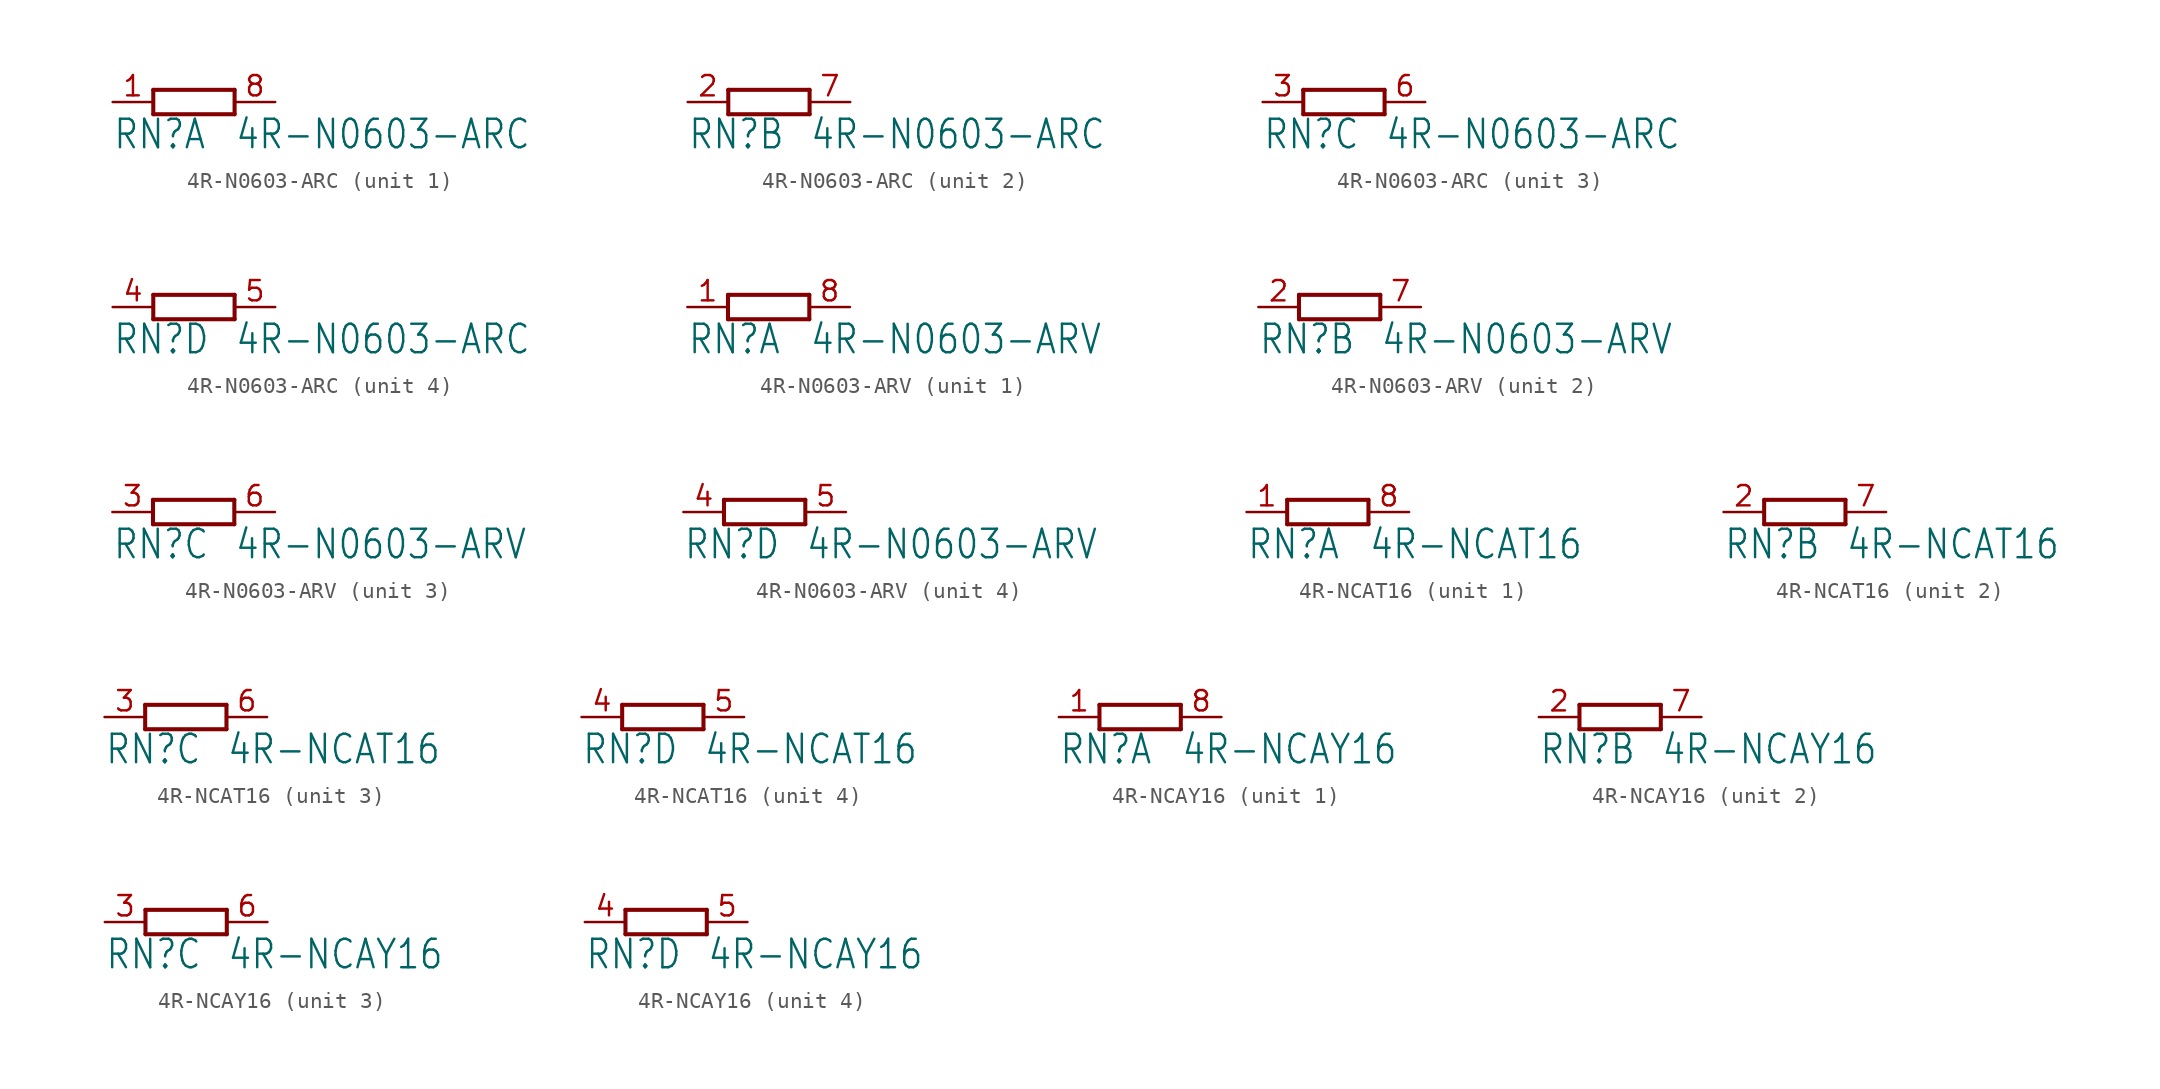
<source format=kicad_sym>
(kicad_symbol_lib
  (version 20211014)
  (generator kicad_symbol_editor)
  (symbol "4R-N0603-ARC"
    (property "Reference" "RN"
      (at -5.08 -3.048 0)
      (effects (font (size 1.778 1.511)) (justify left bottom)))
    (property "Value" "4R-N0603-ARC"
      (at 2.54 -3.048 0)
      (effects (font (size 1.778 1.511)) (justify left bottom)))
    (property "ki_locked" ""
      (at 0 0 0)
      (effects (font (size 1.27 1.27))))
    (symbol "4R-N0603-ARC_1_0"
      (polyline (pts (xy -2.54 -0.762) (xy 2.54 -0.762)) (stroke (width 0.254) (type default) (color 0 0 0 0)) (fill (type none)))
      (polyline (pts (xy -2.54 0.762) (xy -2.54 -0.762)) (stroke (width 0.254) (type default) (color 0 0 0 0)) (fill (type none)))
      (polyline (pts (xy 2.54 -0.762) (xy 2.54 0.762)) (stroke (width 0.254) (type default) (color 0 0 0 0)) (fill (type none)))
      (polyline (pts (xy 2.54 0.762) (xy -2.54 0.762)) (stroke (width 0.254) (type default) (color 0 0 0 0)) (fill (type none)))
      (pin passive line (at -5.08 0 0) (length 2.54) (name "1" (effects (font (size 0 0)))) (number "1" (effects (font (size 1.27 1.27)))))
      (pin passive line (at 5.08 0 180) (length 2.54) (name "2" (effects (font (size 0 0)))) (number "8" (effects (font (size 1.27 1.27))))))
    (symbol "4R-N0603-ARC_2_0"
      (polyline (pts (xy -2.54 -0.762) (xy 2.54 -0.762)) (stroke (width 0.254) (type default) (color 0 0 0 0)) (fill (type none)))
      (polyline (pts (xy -2.54 0.762) (xy -2.54 -0.762)) (stroke (width 0.254) (type default) (color 0 0 0 0)) (fill (type none)))
      (polyline (pts (xy 2.54 -0.762) (xy 2.54 0.762)) (stroke (width 0.254) (type default) (color 0 0 0 0)) (fill (type none)))
      (polyline (pts (xy 2.54 0.762) (xy -2.54 0.762)) (stroke (width 0.254) (type default) (color 0 0 0 0)) (fill (type none)))
      (pin passive line (at -5.08 0 0) (length 2.54) (name "1" (effects (font (size 0 0)))) (number "2" (effects (font (size 1.27 1.27)))))
      (pin passive line (at 5.08 0 180) (length 2.54) (name "2" (effects (font (size 0 0)))) (number "7" (effects (font (size 1.27 1.27))))))
    (symbol "4R-N0603-ARC_3_0"
      (polyline (pts (xy -2.54 -0.762) (xy 2.54 -0.762)) (stroke (width 0.254) (type default) (color 0 0 0 0)) (fill (type none)))
      (polyline (pts (xy -2.54 0.762) (xy -2.54 -0.762)) (stroke (width 0.254) (type default) (color 0 0 0 0)) (fill (type none)))
      (polyline (pts (xy 2.54 -0.762) (xy 2.54 0.762)) (stroke (width 0.254) (type default) (color 0 0 0 0)) (fill (type none)))
      (polyline (pts (xy 2.54 0.762) (xy -2.54 0.762)) (stroke (width 0.254) (type default) (color 0 0 0 0)) (fill (type none)))
      (pin passive line (at -5.08 0 0) (length 2.54) (name "1" (effects (font (size 0 0)))) (number "3" (effects (font (size 1.27 1.27)))))
      (pin passive line (at 5.08 0 180) (length 2.54) (name "2" (effects (font (size 0 0)))) (number "6" (effects (font (size 1.27 1.27))))))
    (symbol "4R-N0603-ARC_4_0"
      (polyline (pts (xy -2.54 -0.762) (xy 2.54 -0.762)) (stroke (width 0.254) (type default) (color 0 0 0 0)) (fill (type none)))
      (polyline (pts (xy -2.54 0.762) (xy -2.54 -0.762)) (stroke (width 0.254) (type default) (color 0 0 0 0)) (fill (type none)))
      (polyline (pts (xy 2.54 -0.762) (xy 2.54 0.762)) (stroke (width 0.254) (type default) (color 0 0 0 0)) (fill (type none)))
      (polyline (pts (xy 2.54 0.762) (xy -2.54 0.762)) (stroke (width 0.254) (type default) (color 0 0 0 0)) (fill (type none)))
      (pin passive line (at -5.08 0 0) (length 2.54) (name "1" (effects (font (size 0 0)))) (number "4" (effects (font (size 1.27 1.27)))))
      (pin passive line (at 5.08 0 180) (length 2.54) (name "2" (effects (font (size 0 0)))) (number "5" (effects (font (size 1.27 1.27)))))))
  (symbol "4R-N0603-ARV"
    (property "Reference" "RN"
      (at -5.08 -3.048 0)
      (effects (font (size 1.778 1.511)) (justify left bottom)))
    (property "Value" "4R-N0603-ARV"
      (at 2.54 -3.048 0)
      (effects (font (size 1.778 1.511)) (justify left bottom)))
    (property "ki_locked" ""
      (at 0 0 0)
      (effects (font (size 1.27 1.27))))
    (symbol "4R-N0603-ARV_1_0"
      (polyline (pts (xy -2.54 -0.762) (xy 2.54 -0.762)) (stroke (width 0.254) (type default) (color 0 0 0 0)) (fill (type none)))
      (polyline (pts (xy -2.54 0.762) (xy -2.54 -0.762)) (stroke (width 0.254) (type default) (color 0 0 0 0)) (fill (type none)))
      (polyline (pts (xy 2.54 -0.762) (xy 2.54 0.762)) (stroke (width 0.254) (type default) (color 0 0 0 0)) (fill (type none)))
      (polyline (pts (xy 2.54 0.762) (xy -2.54 0.762)) (stroke (width 0.254) (type default) (color 0 0 0 0)) (fill (type none)))
      (pin passive line (at -5.08 0 0) (length 2.54) (name "1" (effects (font (size 0 0)))) (number "1" (effects (font (size 1.27 1.27)))))
      (pin passive line (at 5.08 0 180) (length 2.54) (name "2" (effects (font (size 0 0)))) (number "8" (effects (font (size 1.27 1.27))))))
    (symbol "4R-N0603-ARV_2_0"
      (polyline (pts (xy -2.54 -0.762) (xy 2.54 -0.762)) (stroke (width 0.254) (type default) (color 0 0 0 0)) (fill (type none)))
      (polyline (pts (xy -2.54 0.762) (xy -2.54 -0.762)) (stroke (width 0.254) (type default) (color 0 0 0 0)) (fill (type none)))
      (polyline (pts (xy 2.54 -0.762) (xy 2.54 0.762)) (stroke (width 0.254) (type default) (color 0 0 0 0)) (fill (type none)))
      (polyline (pts (xy 2.54 0.762) (xy -2.54 0.762)) (stroke (width 0.254) (type default) (color 0 0 0 0)) (fill (type none)))
      (pin passive line (at -5.08 0 0) (length 2.54) (name "1" (effects (font (size 0 0)))) (number "2" (effects (font (size 1.27 1.27)))))
      (pin passive line (at 5.08 0 180) (length 2.54) (name "2" (effects (font (size 0 0)))) (number "7" (effects (font (size 1.27 1.27))))))
    (symbol "4R-N0603-ARV_3_0"
      (polyline (pts (xy -2.54 -0.762) (xy 2.54 -0.762)) (stroke (width 0.254) (type default) (color 0 0 0 0)) (fill (type none)))
      (polyline (pts (xy -2.54 0.762) (xy -2.54 -0.762)) (stroke (width 0.254) (type default) (color 0 0 0 0)) (fill (type none)))
      (polyline (pts (xy 2.54 -0.762) (xy 2.54 0.762)) (stroke (width 0.254) (type default) (color 0 0 0 0)) (fill (type none)))
      (polyline (pts (xy 2.54 0.762) (xy -2.54 0.762)) (stroke (width 0.254) (type default) (color 0 0 0 0)) (fill (type none)))
      (pin passive line (at -5.08 0 0) (length 2.54) (name "1" (effects (font (size 0 0)))) (number "3" (effects (font (size 1.27 1.27)))))
      (pin passive line (at 5.08 0 180) (length 2.54) (name "2" (effects (font (size 0 0)))) (number "6" (effects (font (size 1.27 1.27))))))
    (symbol "4R-N0603-ARV_4_0"
      (polyline (pts (xy -2.54 -0.762) (xy 2.54 -0.762)) (stroke (width 0.254) (type default) (color 0 0 0 0)) (fill (type none)))
      (polyline (pts (xy -2.54 0.762) (xy -2.54 -0.762)) (stroke (width 0.254) (type default) (color 0 0 0 0)) (fill (type none)))
      (polyline (pts (xy 2.54 -0.762) (xy 2.54 0.762)) (stroke (width 0.254) (type default) (color 0 0 0 0)) (fill (type none)))
      (polyline (pts (xy 2.54 0.762) (xy -2.54 0.762)) (stroke (width 0.254) (type default) (color 0 0 0 0)) (fill (type none)))
      (pin passive line (at -5.08 0 0) (length 2.54) (name "1" (effects (font (size 0 0)))) (number "4" (effects (font (size 1.27 1.27)))))
      (pin passive line (at 5.08 0 180) (length 2.54) (name "2" (effects (font (size 0 0)))) (number "5" (effects (font (size 1.27 1.27)))))))
  (symbol "4R-NCAT16"
    (property "Reference" "RN"
      (at -5.08 -3.048 0)
      (effects (font (size 1.778 1.511)) (justify left bottom)))
    (property "Value" "4R-NCAT16"
      (at 2.54 -3.048 0)
      (effects (font (size 1.778 1.511)) (justify left bottom)))
    (property "ki_locked" ""
      (at 0 0 0)
      (effects (font (size 1.27 1.27))))
    (symbol "4R-NCAT16_1_0"
      (polyline (pts (xy -2.54 -0.762) (xy 2.54 -0.762)) (stroke (width 0.254) (type default) (color 0 0 0 0)) (fill (type none)))
      (polyline (pts (xy -2.54 0.762) (xy -2.54 -0.762)) (stroke (width 0.254) (type default) (color 0 0 0 0)) (fill (type none)))
      (polyline (pts (xy 2.54 -0.762) (xy 2.54 0.762)) (stroke (width 0.254) (type default) (color 0 0 0 0)) (fill (type none)))
      (polyline (pts (xy 2.54 0.762) (xy -2.54 0.762)) (stroke (width 0.254) (type default) (color 0 0 0 0)) (fill (type none)))
      (pin passive line (at -5.08 0 0) (length 2.54) (name "1" (effects (font (size 0 0)))) (number "1" (effects (font (size 1.27 1.27)))))
      (pin passive line (at 5.08 0 180) (length 2.54) (name "2" (effects (font (size 0 0)))) (number "8" (effects (font (size 1.27 1.27))))))
    (symbol "4R-NCAT16_2_0"
      (polyline (pts (xy -2.54 -0.762) (xy 2.54 -0.762)) (stroke (width 0.254) (type default) (color 0 0 0 0)) (fill (type none)))
      (polyline (pts (xy -2.54 0.762) (xy -2.54 -0.762)) (stroke (width 0.254) (type default) (color 0 0 0 0)) (fill (type none)))
      (polyline (pts (xy 2.54 -0.762) (xy 2.54 0.762)) (stroke (width 0.254) (type default) (color 0 0 0 0)) (fill (type none)))
      (polyline (pts (xy 2.54 0.762) (xy -2.54 0.762)) (stroke (width 0.254) (type default) (color 0 0 0 0)) (fill (type none)))
      (pin passive line (at -5.08 0 0) (length 2.54) (name "1" (effects (font (size 0 0)))) (number "2" (effects (font (size 1.27 1.27)))))
      (pin passive line (at 5.08 0 180) (length 2.54) (name "2" (effects (font (size 0 0)))) (number "7" (effects (font (size 1.27 1.27))))))
    (symbol "4R-NCAT16_3_0"
      (polyline (pts (xy -2.54 -0.762) (xy 2.54 -0.762)) (stroke (width 0.254) (type default) (color 0 0 0 0)) (fill (type none)))
      (polyline (pts (xy -2.54 0.762) (xy -2.54 -0.762)) (stroke (width 0.254) (type default) (color 0 0 0 0)) (fill (type none)))
      (polyline (pts (xy 2.54 -0.762) (xy 2.54 0.762)) (stroke (width 0.254) (type default) (color 0 0 0 0)) (fill (type none)))
      (polyline (pts (xy 2.54 0.762) (xy -2.54 0.762)) (stroke (width 0.254) (type default) (color 0 0 0 0)) (fill (type none)))
      (pin passive line (at -5.08 0 0) (length 2.54) (name "1" (effects (font (size 0 0)))) (number "3" (effects (font (size 1.27 1.27)))))
      (pin passive line (at 5.08 0 180) (length 2.54) (name "2" (effects (font (size 0 0)))) (number "6" (effects (font (size 1.27 1.27))))))
    (symbol "4R-NCAT16_4_0"
      (polyline (pts (xy -2.54 -0.762) (xy 2.54 -0.762)) (stroke (width 0.254) (type default) (color 0 0 0 0)) (fill (type none)))
      (polyline (pts (xy -2.54 0.762) (xy -2.54 -0.762)) (stroke (width 0.254) (type default) (color 0 0 0 0)) (fill (type none)))
      (polyline (pts (xy 2.54 -0.762) (xy 2.54 0.762)) (stroke (width 0.254) (type default) (color 0 0 0 0)) (fill (type none)))
      (polyline (pts (xy 2.54 0.762) (xy -2.54 0.762)) (stroke (width 0.254) (type default) (color 0 0 0 0)) (fill (type none)))
      (pin passive line (at -5.08 0 0) (length 2.54) (name "1" (effects (font (size 0 0)))) (number "4" (effects (font (size 1.27 1.27)))))
      (pin passive line (at 5.08 0 180) (length 2.54) (name "2" (effects (font (size 0 0)))) (number "5" (effects (font (size 1.27 1.27)))))))
  (symbol "4R-NCAY16"
    (property "Reference" "RN"
      (at -5.08 -3.048 0)
      (effects (font (size 1.778 1.511)) (justify left bottom)))
    (property "Value" "4R-NCAY16"
      (at 2.54 -3.048 0)
      (effects (font (size 1.778 1.511)) (justify left bottom)))
    (property "ki_locked" ""
      (at 0 0 0)
      (effects (font (size 1.27 1.27))))
    (symbol "4R-NCAY16_1_0"
      (polyline (pts (xy -2.54 -0.762) (xy 2.54 -0.762)) (stroke (width 0.254) (type default) (color 0 0 0 0)) (fill (type none)))
      (polyline (pts (xy -2.54 0.762) (xy -2.54 -0.762)) (stroke (width 0.254) (type default) (color 0 0 0 0)) (fill (type none)))
      (polyline (pts (xy 2.54 -0.762) (xy 2.54 0.762)) (stroke (width 0.254) (type default) (color 0 0 0 0)) (fill (type none)))
      (polyline (pts (xy 2.54 0.762) (xy -2.54 0.762)) (stroke (width 0.254) (type default) (color 0 0 0 0)) (fill (type none)))
      (pin passive line (at -5.08 0 0) (length 2.54) (name "1" (effects (font (size 0 0)))) (number "1" (effects (font (size 1.27 1.27)))))
      (pin passive line (at 5.08 0 180) (length 2.54) (name "2" (effects (font (size 0 0)))) (number "8" (effects (font (size 1.27 1.27))))))
    (symbol "4R-NCAY16_2_0"
      (polyline (pts (xy -2.54 -0.762) (xy 2.54 -0.762)) (stroke (width 0.254) (type default) (color 0 0 0 0)) (fill (type none)))
      (polyline (pts (xy -2.54 0.762) (xy -2.54 -0.762)) (stroke (width 0.254) (type default) (color 0 0 0 0)) (fill (type none)))
      (polyline (pts (xy 2.54 -0.762) (xy 2.54 0.762)) (stroke (width 0.254) (type default) (color 0 0 0 0)) (fill (type none)))
      (polyline (pts (xy 2.54 0.762) (xy -2.54 0.762)) (stroke (width 0.254) (type default) (color 0 0 0 0)) (fill (type none)))
      (pin passive line (at -5.08 0 0) (length 2.54) (name "1" (effects (font (size 0 0)))) (number "2" (effects (font (size 1.27 1.27)))))
      (pin passive line (at 5.08 0 180) (length 2.54) (name "2" (effects (font (size 0 0)))) (number "7" (effects (font (size 1.27 1.27))))))
    (symbol "4R-NCAY16_3_0"
      (polyline (pts (xy -2.54 -0.762) (xy 2.54 -0.762)) (stroke (width 0.254) (type default) (color 0 0 0 0)) (fill (type none)))
      (polyline (pts (xy -2.54 0.762) (xy -2.54 -0.762)) (stroke (width 0.254) (type default) (color 0 0 0 0)) (fill (type none)))
      (polyline (pts (xy 2.54 -0.762) (xy 2.54 0.762)) (stroke (width 0.254) (type default) (color 0 0 0 0)) (fill (type none)))
      (polyline (pts (xy 2.54 0.762) (xy -2.54 0.762)) (stroke (width 0.254) (type default) (color 0 0 0 0)) (fill (type none)))
      (pin passive line (at -5.08 0 0) (length 2.54) (name "1" (effects (font (size 0 0)))) (number "3" (effects (font (size 1.27 1.27)))))
      (pin passive line (at 5.08 0 180) (length 2.54) (name "2" (effects (font (size 0 0)))) (number "6" (effects (font (size 1.27 1.27))))))
    (symbol "4R-NCAY16_4_0"
      (polyline (pts (xy -2.54 -0.762) (xy 2.54 -0.762)) (stroke (width 0.254) (type default) (color 0 0 0 0)) (fill (type none)))
      (polyline (pts (xy -2.54 0.762) (xy -2.54 -0.762)) (stroke (width 0.254) (type default) (color 0 0 0 0)) (fill (type none)))
      (polyline (pts (xy 2.54 -0.762) (xy 2.54 0.762)) (stroke (width 0.254) (type default) (color 0 0 0 0)) (fill (type none)))
      (polyline (pts (xy 2.54 0.762) (xy -2.54 0.762)) (stroke (width 0.254) (type default) (color 0 0 0 0)) (fill (type none)))
      (pin passive line (at -5.08 0 0) (length 2.54) (name "1" (effects (font (size 0 0)))) (number "4" (effects (font (size 1.27 1.27)))))
      (pin passive line (at 5.08 0 180) (length 2.54) (name "2" (effects (font (size 0 0)))) (number "5" (effects (font (size 1.27 1.27))))))))
</source>
